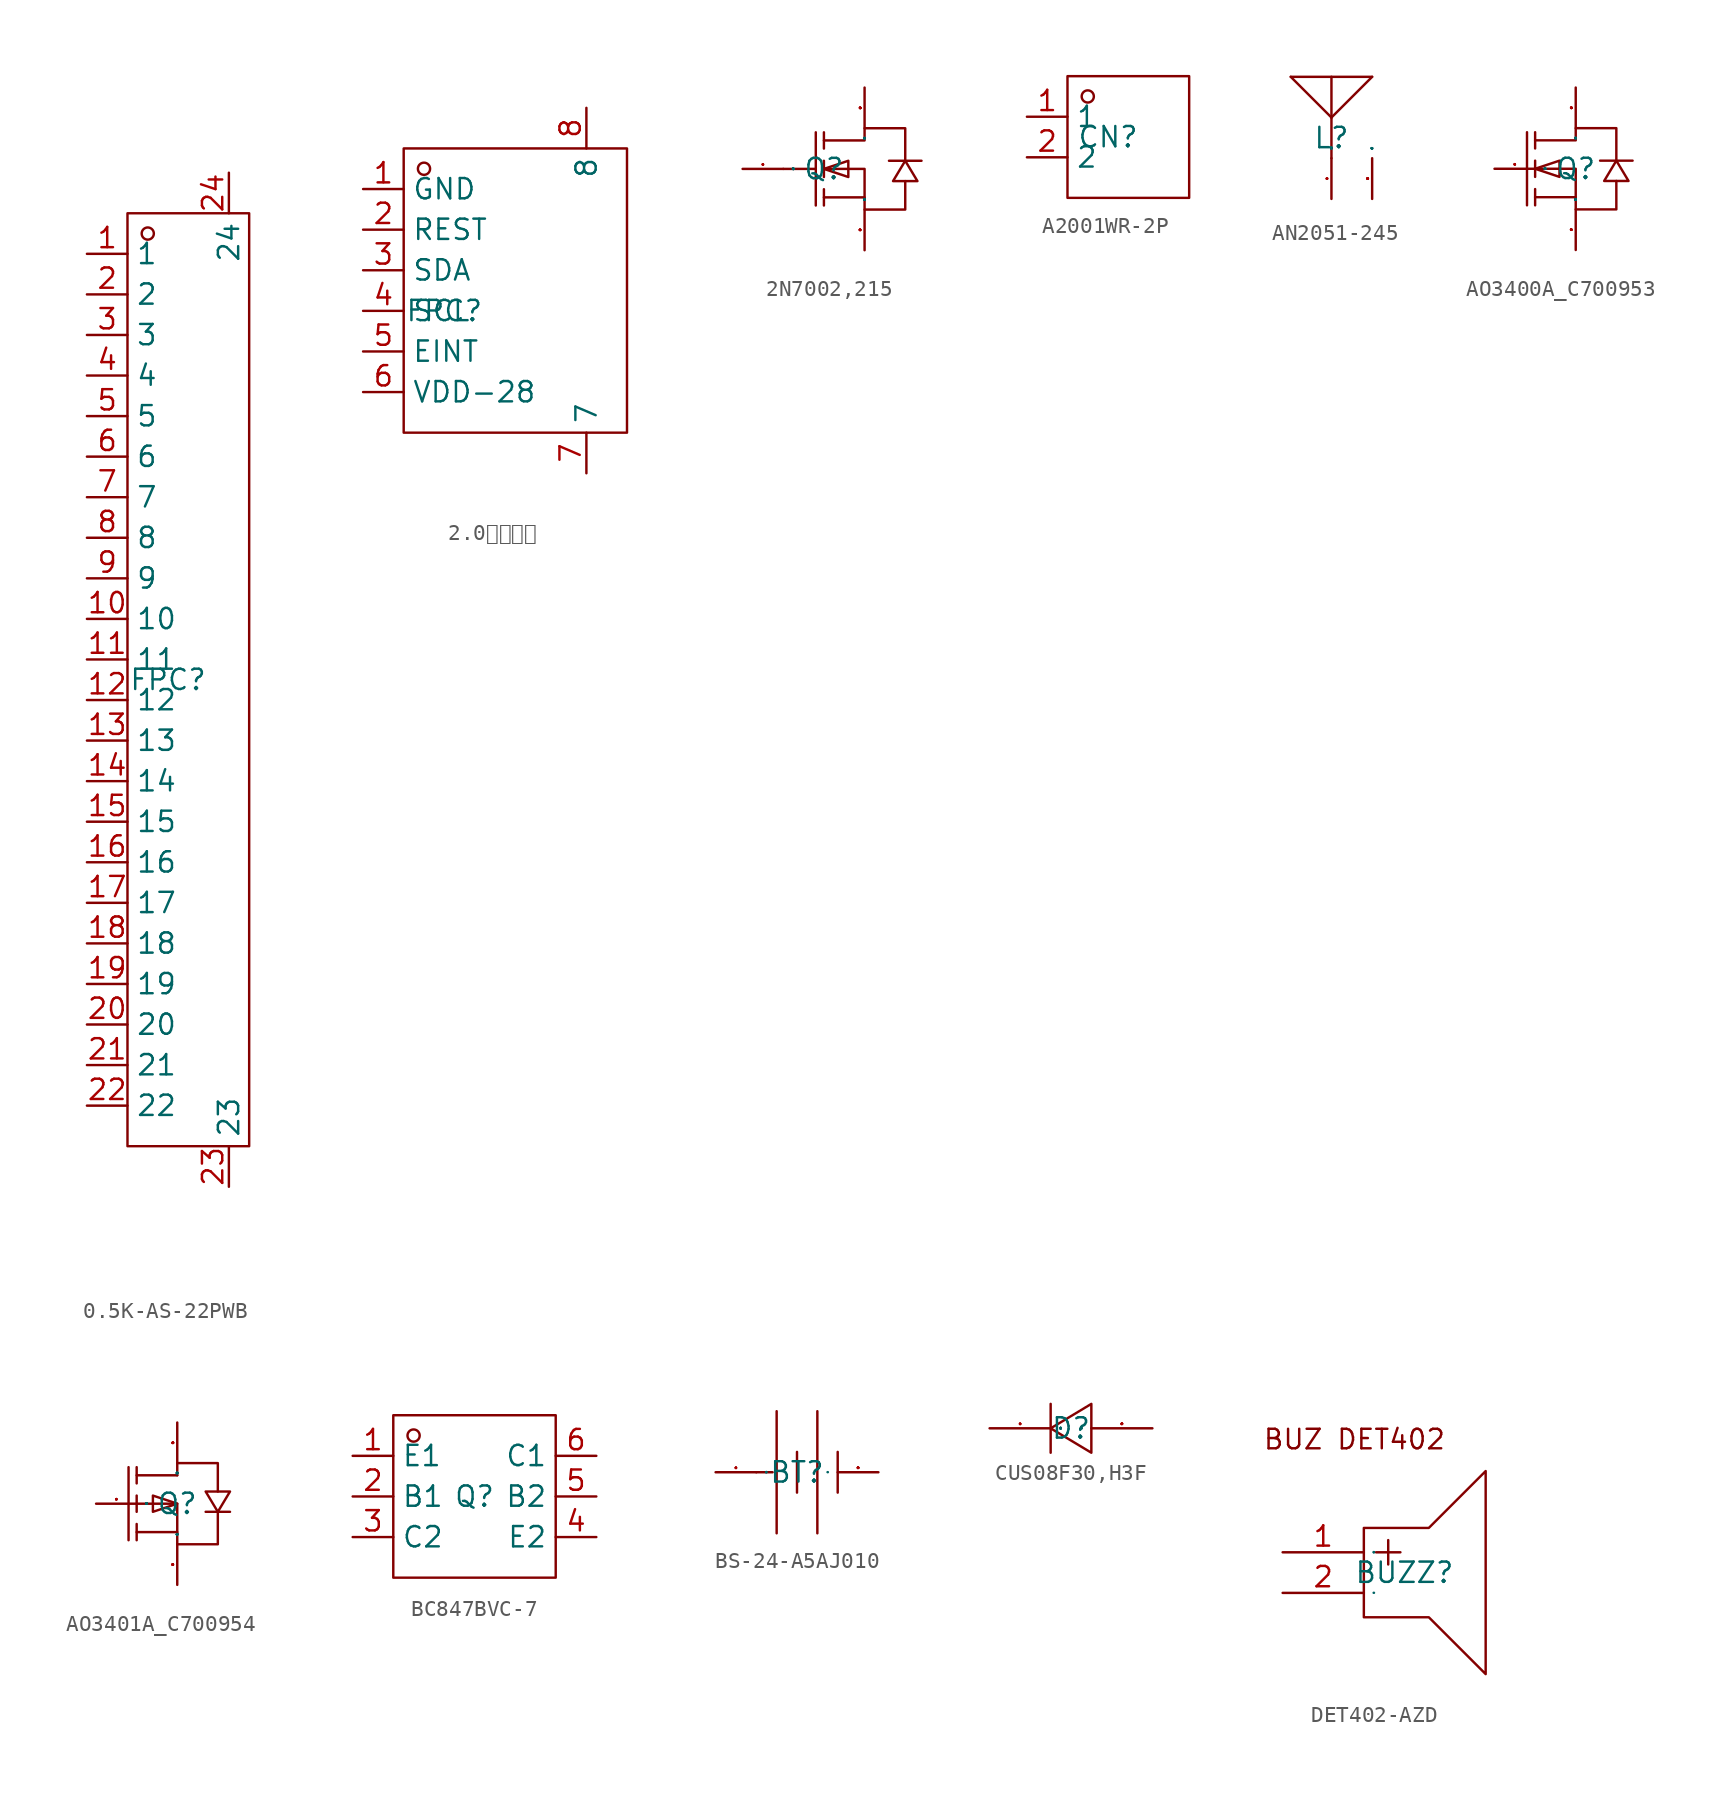
<source format=kicad_sym>
(kicad_symbol_lib
  (version 20241209)
  (generator "kicad_symbol_editor")
  (generator_version "9.0")
  (symbol "0.5K-AS-22PWB"
    (property "Reference" "FPC"
      (at 0 0 0)
      (effects (font (size 1.27 1.27))))
    (property "Value" ""
      (at 0 0 0)
      (effects (font (size 1.27 1.27))))
    (symbol "0.5K-AS-22PWB_1_0"
      (rectangle (start -2.54 -29.21) (end 5.08 29.21) (stroke (width 0) (type default)) (fill (type none)))
      (circle (center -1.27 27.94) (radius 0.381) (stroke (width 0) (type default)) (fill (type none)))
      (pin input line (at -5.08 26.67 0) (length 2.54) (name "1" (effects (font (size 1.27 1.27)))) (number "1" (effects (font (size 1.27 1.27)))))
      (pin input line (at -5.08 24.13 0) (length 2.54) (name "2" (effects (font (size 1.27 1.27)))) (number "2" (effects (font (size 1.27 1.27)))))
      (pin input line (at -5.08 21.59 0) (length 2.54) (name "3" (effects (font (size 1.27 1.27)))) (number "3" (effects (font (size 1.27 1.27)))))
      (pin input line (at -5.08 19.05 0) (length 2.54) (name "4" (effects (font (size 1.27 1.27)))) (number "4" (effects (font (size 1.27 1.27)))))
      (pin input line (at -5.08 16.51 0) (length 2.54) (name "5" (effects (font (size 1.27 1.27)))) (number "5" (effects (font (size 1.27 1.27)))))
      (pin input line (at -5.08 13.97 0) (length 2.54) (name "6" (effects (font (size 1.27 1.27)))) (number "6" (effects (font (size 1.27 1.27)))))
      (pin input line (at -5.08 11.43 0) (length 2.54) (name "7" (effects (font (size 1.27 1.27)))) (number "7" (effects (font (size 1.27 1.27)))))
      (pin input line (at -5.08 8.89 0) (length 2.54) (name "8" (effects (font (size 1.27 1.27)))) (number "8" (effects (font (size 1.27 1.27)))))
      (pin input line (at -5.08 6.35 0) (length 2.54) (name "9" (effects (font (size 1.27 1.27)))) (number "9" (effects (font (size 1.27 1.27)))))
      (pin input line (at -5.08 3.81 0) (length 2.54) (name "10" (effects (font (size 1.27 1.27)))) (number "10" (effects (font (size 1.27 1.27)))))
      (pin input line (at -5.08 1.27 0) (length 2.54) (name "11" (effects (font (size 1.27 1.27)))) (number "11" (effects (font (size 1.27 1.27)))))
      (pin input line (at -5.08 -1.27 0) (length 2.54) (name "12" (effects (font (size 1.27 1.27)))) (number "12" (effects (font (size 1.27 1.27)))))
      (pin input line (at -5.08 -3.81 0) (length 2.54) (name "13" (effects (font (size 1.27 1.27)))) (number "13" (effects (font (size 1.27 1.27)))))
      (pin input line (at -5.08 -6.35 0) (length 2.54) (name "14" (effects (font (size 1.27 1.27)))) (number "14" (effects (font (size 1.27 1.27)))))
      (pin input line (at -5.08 -8.89 0) (length 2.54) (name "15" (effects (font (size 1.27 1.27)))) (number "15" (effects (font (size 1.27 1.27)))))
      (pin input line (at -5.08 -11.43 0) (length 2.54) (name "16" (effects (font (size 1.27 1.27)))) (number "16" (effects (font (size 1.27 1.27)))))
      (pin input line (at -5.08 -13.97 0) (length 2.54) (name "17" (effects (font (size 1.27 1.27)))) (number "17" (effects (font (size 1.27 1.27)))))
      (pin input line (at -5.08 -16.51 0) (length 2.54) (name "18" (effects (font (size 1.27 1.27)))) (number "18" (effects (font (size 1.27 1.27)))))
      (pin input line (at -5.08 -19.05 0) (length 2.54) (name "19" (effects (font (size 1.27 1.27)))) (number "19" (effects (font (size 1.27 1.27)))))
      (pin input line (at -5.08 -21.59 0) (length 2.54) (name "20" (effects (font (size 1.27 1.27)))) (number "20" (effects (font (size 1.27 1.27)))))
      (pin input line (at -5.08 -24.13 0) (length 2.54) (name "21" (effects (font (size 1.27 1.27)))) (number "21" (effects (font (size 1.27 1.27)))))
      (pin input line (at -5.08 -26.67 0) (length 2.54) (name "22" (effects (font (size 1.27 1.27)))) (number "22" (effects (font (size 1.27 1.27)))))
      (pin input line (at 3.81 31.75 270) (length 2.54) (name "24" (effects (font (size 1.27 1.27)))) (number "24" (effects (font (size 1.27 1.27)))))
      (pin input line (at 3.81 -31.75 90) (length 2.54) (name "23" (effects (font (size 1.27 1.27)))) (number "23" (effects (font (size 1.27 1.27)))))))
  (symbol "2.0寸电容屏"
    (property "Reference" "FPC"
      (at 0 0 0)
      (effects (font (size 1.27 1.27))))
    (property "Value" ""
      (at 0 0 0)
      (effects (font (size 1.27 1.27))))
    (symbol "2.0寸电容屏_1_0"
      (rectangle (start -2.54 10.16) (end 11.43 -7.62) (stroke (width 0) (type default)) (fill (type none)))
      (circle (center -1.27 8.89) (radius 0.381) (stroke (width 0) (type default)) (fill (type none)))
      (pin input line (at -5.08 7.62 0) (length 2.54) (name "GND" (effects (font (size 1.27 1.27)))) (number "1" (effects (font (size 1.27 1.27)))))
      (pin input line (at -5.08 5.08 0) (length 2.54) (name "REST" (effects (font (size 1.27 1.27)))) (number "2" (effects (font (size 1.27 1.27)))))
      (pin input line (at -5.08 2.54 0) (length 2.54) (name "SDA" (effects (font (size 1.27 1.27)))) (number "3" (effects (font (size 1.27 1.27)))))
      (pin input line (at -5.08 0 0) (length 2.54) (name "SCL" (effects (font (size 1.27 1.27)))) (number "4" (effects (font (size 1.27 1.27)))))
      (pin input line (at -5.08 -2.54 0) (length 2.54) (name "EINT" (effects (font (size 1.27 1.27)))) (number "5" (effects (font (size 1.27 1.27)))))
      (pin input line (at -5.08 -5.08 0) (length 2.54) (name "VDD-28" (effects (font (size 1.27 1.27)))) (number "6" (effects (font (size 1.27 1.27)))))
      (pin input line (at 8.89 12.7 270) (length 2.54) (name "8" (effects (font (size 1.27 1.27)))) (number "8" (effects (font (size 1.27 1.27)))))
      (pin input line (at 8.89 -10.16 90) (length 2.54) (name "7" (effects (font (size 1.27 1.27)))) (number "7" (effects (font (size 1.27 1.27)))))))
  (symbol "2N7002,215"
    (property "Reference" "Q"
      (at 0 0 0)
      (effects (font (size 1.27 1.27))))
    (property "Value" ""
      (at 0 0 0)
      (effects (font (size 1.27 1.27))))
    (symbol "2N7002,215_1_0"
      (polyline (pts (xy -2.54 0) (xy -0.508 0)) (stroke (width 0) (type default)) (fill (type none)))
      (polyline (pts (xy -0.508 2.286) (xy -0.508 -2.286)) (stroke (width 0) (type default)) (fill (type none)))
      (polyline (pts (xy 0 2.286) (xy 0 1.27)) (stroke (width 0) (type default)) (fill (type none)))
      (polyline (pts (xy 0 1.778) (xy 2.54 1.778) (xy 2.54 1.778) (xy 2.54 2.54) (xy 2.54 2.54) (xy 5.08 2.54) (xy 5.08 2.54) (xy 5.08 0.508)) (stroke (width 0) (type default)) (fill (type none)))
      (polyline (pts (xy 0 0) (xy 1.524 -0.508) (xy 1.524 -0.508) (xy 1.524 0.508) (xy 1.524 0.508) (xy 0 0)) (stroke (width 0) (type default)) (fill (type none)))
      (polyline (pts (xy 0 0) (xy 2.54 0) (xy 2.54 0) (xy 2.54 -2.54) (xy 2.54 -2.54) (xy 5.08 -2.54) (xy 5.08 -2.54) (xy 5.08 -0.762)) (stroke (width 0) (type default)) (fill (type none)))
      (polyline (pts (xy 0 -0.508) (xy 0 0.508)) (stroke (width 0) (type default)) (fill (type none)))
      (polyline (pts (xy 0 -2.286) (xy 0 -1.27)) (stroke (width 0) (type default)) (fill (type none)))
      (polyline (pts (xy 2.54 -1.778) (xy 0 -1.778)) (stroke (width 0) (type default)) (fill (type none)))
      (polyline (pts (xy 5.08 0.508) (xy 4.318 -0.762) (xy 4.318 -0.762) (xy 5.842 -0.762) (xy 5.842 -0.762) (xy 5.08 0.508)) (stroke (width 0) (type default)) (fill (type none)))
      (polyline (pts (xy 6.096 0.508) (xy 5.588 0.508) (xy 5.588 0.508) (xy 4.572 0.508) (xy 4.572 0.508) (xy 4.064 0.508)) (stroke (width 0) (type default)) (fill (type none)))
      (pin input line (at -5.08 0 0) (length 2.54) (name "G" (effects (font (size 0.025 0.025)))) (number "1" (effects (font (size 0.025 0.025)))))
      (pin input line (at 2.54 5.08 270) (length 2.54) (name "D" (effects (font (size 0.025 0.025)))) (number "3" (effects (font (size 0.025 0.025)))))
      (pin input line (at 2.54 -5.08 90) (length 2.54) (name "S" (effects (font (size 0.025 0.025)))) (number "2" (effects (font (size 0.025 0.025)))))))
  (symbol "A2001WR-2P"
    (property "Reference" "CN"
      (at 0 0 0)
      (effects (font (size 1.27 1.27))))
    (property "Value" ""
      (at 0 0 0)
      (effects (font (size 1.27 1.27))))
    (symbol "A2001WR-2P_1_0"
      (rectangle (start -2.54 -3.81) (end 5.08 3.81) (stroke (width 0) (type default)) (fill (type none)))
      (circle (center -1.27 2.54) (radius 0.381) (stroke (width 0) (type default)) (fill (type none)))
      (pin input line (at -5.08 1.27 0) (length 2.54) (name "1" (effects (font (size 1.27 1.27)))) (number "1" (effects (font (size 1.27 1.27)))))
      (pin input line (at -5.08 -1.27 0) (length 2.54) (name "2" (effects (font (size 1.27 1.27)))) (number "2" (effects (font (size 1.27 1.27)))))))
  (symbol "AN2051-245"
    (property "Reference" "L"
      (at 0 0 0)
      (effects (font (size 1.27 1.27))))
    (property "Value" ""
      (at 0 0 0)
      (effects (font (size 1.27 1.27))))
    (symbol "AN2051-245_1_0"
      (polyline (pts (xy 0 3.81) (xy 0 1.27)) (stroke (width 0) (type default)) (fill (type none)))
      (polyline (pts (xy 0 1.27) (xy -2.54 3.81)) (stroke (width 0) (type default)) (fill (type none)))
      (polyline (pts (xy 0 1.27) (xy 0 -1.27)) (stroke (width 0) (type default)) (fill (type none)))
      (polyline (pts (xy 2.54 3.81) (xy -2.54 3.81)) (stroke (width 0) (type default)) (fill (type none)))
      (polyline (pts (xy 2.54 3.81) (xy 0 1.27)) (stroke (width 0) (type default)) (fill (type none)))
      (pin input line (at 0 -3.81 90) (length 2.54) (name "ANT" (effects (font (size 0.025 0.025)))) (number "1" (effects (font (size 0.025 0.025)))))
      (pin input line (at 2.54 -3.81 90) (length 2.54) (name "2" (effects (font (size 0.025 0.025)))) (number "2" (effects (font (size 0.025 0.025)))))))
  (symbol "AO3400A_C700953"
    (property "Reference" "Q"
      (at 0 0 0)
      (effects (font (size 1.27 1.27))))
    (property "Value" ""
      (at 0 0 0)
      (effects (font (size 1.27 1.27))))
    (symbol "AO3400A_C700953_1_0"
      (polyline (pts (xy -3.048 2.286) (xy -3.048 -2.286)) (stroke (width 0) (type default)) (fill (type none)))
      (polyline (pts (xy -2.54 2.286) (xy -2.54 1.27)) (stroke (width 0) (type default)) (fill (type none)))
      (polyline (pts (xy -2.54 1.778) (xy 0 1.778) (xy 0 1.778) (xy 0 2.54) (xy 0 2.54) (xy 2.54 2.54) (xy 2.54 2.54) (xy 2.54 0.508)) (stroke (width 0) (type default)) (fill (type none)))
      (polyline (pts (xy -2.54 0) (xy -1.016 -0.508) (xy -1.016 -0.508) (xy -1.016 0.508) (xy -1.016 0.508) (xy -2.54 0)) (stroke (width 0) (type default)) (fill (type none)))
      (polyline (pts (xy -2.54 0) (xy 0 0) (xy 0 0) (xy 0 -2.54) (xy 0 -2.54) (xy 2.54 -2.54) (xy 2.54 -2.54) (xy 2.54 -0.762)) (stroke (width 0) (type default)) (fill (type none)))
      (polyline (pts (xy -2.54 -0.508) (xy -2.54 0.508)) (stroke (width 0) (type default)) (fill (type none)))
      (polyline (pts (xy -2.54 -2.286) (xy -2.54 -1.27)) (stroke (width 0) (type default)) (fill (type none)))
      (polyline (pts (xy 0 -1.778) (xy -2.54 -1.778)) (stroke (width 0) (type default)) (fill (type none)))
      (polyline (pts (xy 2.54 0.508) (xy 1.778 -0.762) (xy 1.778 -0.762) (xy 3.302 -0.762) (xy 3.302 -0.762) (xy 2.54 0.508)) (stroke (width 0) (type default)) (fill (type none)))
      (polyline (pts (xy 3.556 0.508) (xy 3.048 0.508) (xy 3.048 0.508) (xy 2.032 0.508) (xy 2.032 0.508) (xy 1.524 0.508)) (stroke (width 0) (type default)) (fill (type none)))
      (pin input line (at -5.08 0 0) (length 2.54) (name "G" (effects (font (size 0.025 0.025)))) (number "1" (effects (font (size 0.025 0.025)))))
      (pin input line (at 0 5.08 270) (length 2.54) (name "D" (effects (font (size 0.025 0.025)))) (number "3" (effects (font (size 0.025 0.025)))))
      (pin input line (at 0 -5.08 90) (length 2.54) (name "S" (effects (font (size 0.025 0.025)))) (number "2" (effects (font (size 0.025 0.025)))))))
  (symbol "AO3401A_C700954"
    (property "Reference" "Q"
      (at 0 0 0)
      (effects (font (size 1.27 1.27))))
    (property "Value" ""
      (at 0 0 0)
      (effects (font (size 1.27 1.27))))
    (symbol "AO3401A_C700954_1_0"
      (polyline (pts (xy -3.048 2.286) (xy -3.048 -2.286)) (stroke (width 0) (type default)) (fill (type none)))
      (polyline (pts (xy -2.54 1.27) (xy -2.54 2.286)) (stroke (width 0) (type default)) (fill (type none)))
      (polyline (pts (xy -2.54 0) (xy 0 0) (xy 0 0) (xy 0 -2.54)) (stroke (width 0) (type default)) (fill (type none)))
      (polyline (pts (xy -2.54 -0.508) (xy -2.54 0.508)) (stroke (width 0) (type default)) (fill (type none)))
      (polyline (pts (xy -2.54 -2.286) (xy -2.54 -1.27)) (stroke (width 0) (type default)) (fill (type none)))
      (polyline (pts (xy 0 1.778) (xy -2.54 1.778)) (stroke (width 0) (type default)) (fill (type none)))
      (polyline (pts (xy 0 1.778) (xy 0 2.54) (xy 0 2.54) (xy 2.54 2.54) (xy 2.54 2.54) (xy 2.54 0.762)) (stroke (width 0) (type default)) (fill (type none)))
      (polyline (pts (xy 0 0) (xy -1.524 0.508) (xy -1.524 0.508) (xy -1.524 -0.508) (xy -1.524 -0.508) (xy 0 0)) (stroke (width 0) (type default)) (fill (type none)))
      (polyline (pts (xy 0 -1.778) (xy -2.54 -1.778)) (stroke (width 0) (type default)) (fill (type none)))
      (polyline (pts (xy 0 -2.54) (xy 2.54 -2.54) (xy 2.54 -2.54) (xy 2.54 -0.508)) (stroke (width 0) (type default)) (fill (type none)))
      (polyline (pts (xy 2.54 -0.508) (xy 3.302 0.762) (xy 3.302 0.762) (xy 1.778 0.762) (xy 1.778 0.762) (xy 2.54 -0.508)) (stroke (width 0) (type default)) (fill (type none)))
      (polyline (pts (xy 3.302 -0.508) (xy 3.048 -0.508) (xy 3.048 -0.508) (xy 2.032 -0.508) (xy 2.032 -0.508) (xy 1.778 -0.508)) (stroke (width 0) (type default)) (fill (type none)))
      (pin input line (at -5.08 0 0) (length 2.54) (name "G" (effects (font (size 0.025 0.025)))) (number "1" (effects (font (size 0.025 0.025)))))
      (pin input line (at 0 5.08 270) (length 2.54) (name "D" (effects (font (size 0.025 0.025)))) (number "3" (effects (font (size 0.025 0.025)))))
      (pin input line (at 0 -5.08 90) (length 2.54) (name "S" (effects (font (size 0.025 0.025)))) (number "2" (effects (font (size 0.025 0.025)))))))
  (symbol "BC847BVC-7"
    (property "Reference" "Q"
      (at 0 0 0)
      (effects (font (size 1.27 1.27))))
    (property "Value" ""
      (at 0 0 0)
      (effects (font (size 1.27 1.27))))
    (symbol "BC847BVC-7_1_0"
      (rectangle (start -5.08 -5.08) (end 5.08 5.08) (stroke (width 0) (type default)) (fill (type none)))
      (circle (center -3.81 3.81) (radius 0.381) (stroke (width 0) (type default)) (fill (type none)))
      (pin input line (at -7.62 2.54 0) (length 2.54) (name "E1" (effects (font (size 1.27 1.27)))) (number "1" (effects (font (size 1.27 1.27)))))
      (pin input line (at -7.62 0 0) (length 2.54) (name "B1" (effects (font (size 1.27 1.27)))) (number "2" (effects (font (size 1.27 1.27)))))
      (pin input line (at -7.62 -2.54 0) (length 2.54) (name "C2" (effects (font (size 1.27 1.27)))) (number "3" (effects (font (size 1.27 1.27)))))
      (pin input line (at 7.62 2.54 180) (length 2.54) (name "C1" (effects (font (size 1.27 1.27)))) (number "6" (effects (font (size 1.27 1.27)))))
      (pin input line (at 7.62 0 180) (length 2.54) (name "B2" (effects (font (size 1.27 1.27)))) (number "5" (effects (font (size 1.27 1.27)))))
      (pin input line (at 7.62 -2.54 180) (length 2.54) (name "E2" (effects (font (size 1.27 1.27)))) (number "4" (effects (font (size 1.27 1.27)))))))
  (symbol "BS-24-A5AJ010"
    (property "Reference" "BT"
      (at 0 0 0)
      (effects (font (size 1.27 1.27))))
    (property "Value" ""
      (at 0 0 0)
      (effects (font (size 1.27 1.27))))
    (symbol "BS-24-A5AJ010_1_0"
      (polyline (pts (xy -2.54 0) (xy -1.524 0)) (stroke (width 0) (type default)) (fill (type none)))
      (polyline (pts (xy -1.27 3.81) (xy -1.27 -3.81)) (stroke (width 0) (type default)) (fill (type none)))
      (polyline (pts (xy 0 1.27) (xy 0 -1.27)) (stroke (width 0) (type default)) (fill (type none)))
      (polyline (pts (xy 1.27 3.81) (xy 1.27 -3.81)) (stroke (width 0) (type default)) (fill (type none)))
      (polyline (pts (xy 2.54 1.27) (xy 2.54 -1.27)) (stroke (width 0) (type default)) (fill (type none)))
      (pin input line (at -5.08 0 0) (length 2.54) (name "+" (effects (font (size 0.025 0.025)))) (number "1" (effects (font (size 0.025 0.025)))))
      (pin input line (at 5.08 0 180) (length 2.54) (name "-" (effects (font (size 0.025 0.025)))) (number "2" (effects (font (size 0.025 0.025)))))))
  (symbol "CUS08F30,H3F"
    (property "Reference" "D"
      (at 0 0 0)
      (effects (font (size 1.27 1.27))))
    (property "Value" ""
      (at 0 0 0)
      (effects (font (size 1.27 1.27))))
    (symbol "CUS08F30,H3F_1_0"
      (polyline (pts (xy -1.27 -1.524) (xy -1.27 1.524)) (stroke (width 0) (type default)) (fill (type none)))
      (polyline (pts (xy 1.27 1.524) (xy -1.27 0) (xy -1.27 0) (xy 1.27 -1.524) (xy 1.27 -1.524) (xy 1.27 1.524)) (stroke (width 0) (type default)) (fill (type none)))
      (pin input line (at -5.08 0 0) (length 3.81) (name "C" (effects (font (size 0.025 0.025)))) (number "1" (effects (font (size 0.025 0.025)))))
      (pin input line (at 5.08 0 180) (length 3.81) (name "A" (effects (font (size 0.025 0.025)))) (number "2" (effects (font (size 0.025 0.025)))))))
  (symbol "DET402-AZD"
    (property "Reference" "BUZZ"
      (at 0 0 0)
      (effects (font (size 1.27 1.27))))
    (property "Value" ""
      (at 0 0 0)
      (effects (font (size 1.27 1.27))))
    (symbol "DET402-AZD_1_0"
      (polyline (pts (xy -1.016 0.508) (xy -1.016 2.032)) (stroke (width 0) (type default)) (fill (type none)))
      (polyline (pts (xy -0.254 1.27) (xy -1.778 1.27)) (stroke (width 0) (type default)) (fill (type none)))
      (polyline (pts (xy 1.524 -2.794) (xy -2.54 -2.794) (xy -2.54 2.794) (xy 1.524 2.794) (xy 5.08 6.35) (xy 5.08 -6.35) (xy 1.524 -2.794)) (stroke (width 0) (type default)) (fill (type none)))
      (text "BUZ DET402" (at -8.89 7.62 0) (effects (font (size 1.219 1.219)) (justify left bottom)))
      (pin input line (at -7.62 1.27 0) (length 5.08) (name "+" (effects (font (size 0.025 0.025)))) (number "1" (effects (font (size 1.27 1.27)))))
      (pin input line (at -7.62 -1.27 0) (length 5.08) (name "-" (effects (font (size 0.025 0.025)))) (number "2" (effects (font (size 1.27 1.27))))))))
</source>
